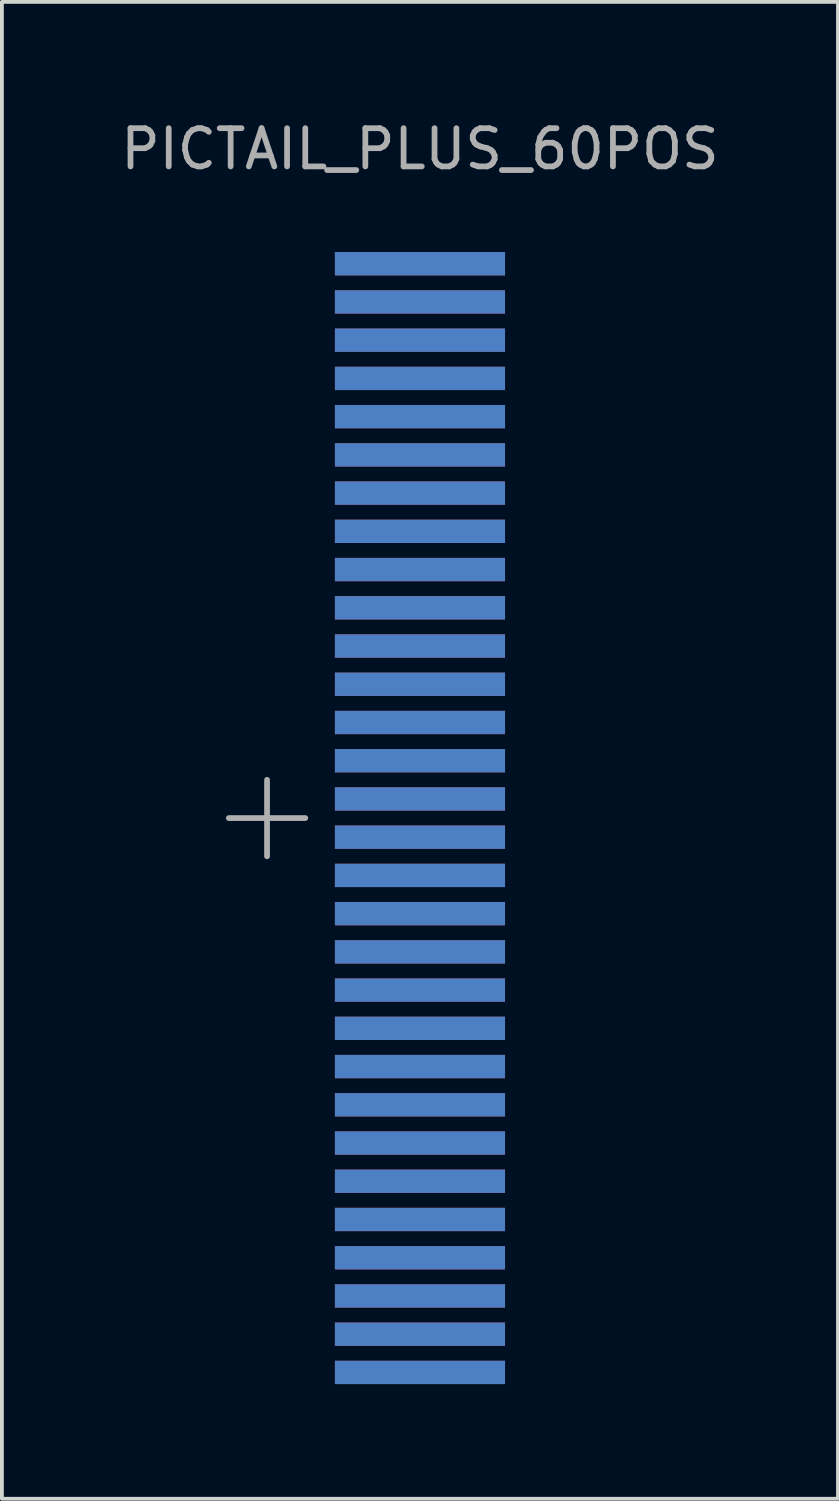
<source format=kicad_pcb>
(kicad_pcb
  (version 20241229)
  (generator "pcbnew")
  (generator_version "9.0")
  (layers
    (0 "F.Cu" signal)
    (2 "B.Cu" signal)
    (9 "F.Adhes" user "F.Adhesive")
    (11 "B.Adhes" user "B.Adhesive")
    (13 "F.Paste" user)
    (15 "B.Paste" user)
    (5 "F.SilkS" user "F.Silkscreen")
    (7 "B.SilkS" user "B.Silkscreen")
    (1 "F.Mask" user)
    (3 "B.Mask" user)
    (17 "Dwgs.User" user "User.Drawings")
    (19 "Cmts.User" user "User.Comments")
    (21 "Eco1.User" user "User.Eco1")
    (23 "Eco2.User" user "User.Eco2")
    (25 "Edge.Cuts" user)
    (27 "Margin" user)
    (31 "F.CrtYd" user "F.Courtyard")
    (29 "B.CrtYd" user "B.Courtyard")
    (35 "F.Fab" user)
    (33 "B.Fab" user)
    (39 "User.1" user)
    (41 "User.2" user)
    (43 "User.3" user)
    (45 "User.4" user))
  (footprint "PICTAIL_PLUS_60POS"
    (layer "F.Cu")
    (at 7.935 3.848)
    (property "Reference" "PICTAIL_PLUS_60POS" (at 0 -3 0) (layer "F.Fab") (effects (font (size 1 1) (thickness 0.15))))
    (attr through_hole)
    (fp_line (start -4 13.5) (end -4 15.5) (stroke (width 0.15) (type solid)) (layer "F.Fab"))
    (fp_line (start -3 14.5) (end -5 14.5) (stroke (width 0.15) (type solid)) (layer "F.Fab"))
    (pad "1" smd rect (at 0 0) (size 4.45 0.61) (layers "F.Cu" "F.Mask"))
    (pad "2" smd rect (at 0 0) (size 4.45 0.61) (layers "B.Cu" "B.Mask"))
    (pad "3" smd rect (at 0 1) (size 4.45 0.61) (layers "F.Cu" "F.Mask"))
    (pad "4" smd rect (at 0 1) (size 4.45 0.61) (layers "B.Cu" "B.Mask"))
    (pad "5" smd rect (at 0 2) (size 4.45 0.61) (layers "F.Cu" "F.Mask"))
    (pad "6" smd rect (at 0 2) (size 4.45 0.61) (layers "B.Cu" "B.Mask"))
    (pad "7" smd rect (at 0 3) (size 4.45 0.61) (layers "F.Cu" "F.Mask"))
    (pad "8" smd rect (at 0 3) (size 4.45 0.61) (layers "B.Cu" "B.Mask"))
    (pad "9" smd rect (at 0 4) (size 4.45 0.61) (layers "F.Cu" "F.Mask"))
    (pad "10" smd rect (at 0 4) (size 4.45 0.61) (layers "B.Cu" "B.Mask"))
    (pad "11" smd rect (at 0 5) (size 4.45 0.61) (layers "F.Cu" "F.Mask"))
    (pad "12" smd rect (at 0 5) (size 4.45 0.61) (layers "B.Cu" "B.Mask"))
    (pad "13" smd rect (at 0 6) (size 4.45 0.61) (layers "F.Cu" "F.Mask"))
    (pad "14" smd rect (at 0 6) (size 4.45 0.61) (layers "B.Cu" "B.Mask"))
    (pad "15" smd rect (at 0 7) (size 4.45 0.61) (layers "F.Cu" "F.Mask"))
    (pad "16" smd rect (at 0 7) (size 4.45 0.61) (layers "B.Cu" "B.Mask"))
    (pad "17" smd rect (at 0 8) (size 4.45 0.61) (layers "F.Cu" "F.Mask"))
    (pad "18" smd rect (at 0 8) (size 4.45 0.61) (layers "B.Cu" "B.Mask"))
    (pad "19" smd rect (at 0 9) (size 4.45 0.61) (layers "F.Cu" "F.Mask"))
    (pad "20" smd rect (at 0 9) (size 4.45 0.61) (layers "B.Cu" "B.Mask"))
    (pad "21" smd rect (at 0 10) (size 4.45 0.61) (layers "F.Cu" "F.Mask"))
    (pad "22" smd rect (at 0 10) (size 4.45 0.61) (layers "B.Cu" "B.Mask"))
    (pad "23" smd rect (at 0 11) (size 4.45 0.61) (layers "F.Cu" "F.Mask"))
    (pad "24" smd rect (at 0 11) (size 4.45 0.61) (layers "B.Cu" "B.Mask"))
    (pad "25" smd rect (at 0 12) (size 4.45 0.61) (layers "F.Cu" "F.Mask"))
    (pad "26" smd rect (at 0 12) (size 4.45 0.61) (layers "B.Cu" "B.Mask"))
    (pad "27" smd rect (at 0 13) (size 4.45 0.61) (layers "F.Cu" "F.Mask"))
    (pad "28" smd rect (at 0 13) (size 4.45 0.61) (layers "B.Cu" "B.Mask"))
    (pad "29" smd rect (at 0 14) (size 4.45 0.61) (layers "F.Cu" "F.Mask"))
    (pad "30" smd rect (at 0 14) (size 4.45 0.61) (layers "B.Cu" "B.Mask"))
    (pad "31" smd rect (at 0 15) (size 4.45 0.61) (layers "F.Cu" "F.Mask"))
    (pad "32" smd rect (at 0 15) (size 4.45 0.61) (layers "B.Cu" "B.Mask"))
    (pad "33" smd rect (at 0 16) (size 4.45 0.61) (layers "F.Cu" "F.Mask"))
    (pad "34" smd rect (at 0 16) (size 4.45 0.61) (layers "B.Cu" "B.Mask"))
    (pad "35" smd rect (at 0 17) (size 4.45 0.61) (layers "F.Cu" "F.Mask"))
    (pad "36" smd rect (at 0 17) (size 4.45 0.61) (layers "B.Cu" "B.Mask"))
    (pad "37" smd rect (at 0 18) (size 4.45 0.61) (layers "F.Cu" "F.Mask"))
    (pad "38" smd rect (at 0 18) (size 4.45 0.61) (layers "B.Cu" "B.Mask"))
    (pad "39" smd rect (at 0 19) (size 4.45 0.61) (layers "F.Cu" "F.Mask"))
    (pad "40" smd rect (at 0 19) (size 4.45 0.61) (layers "B.Cu" "B.Mask"))
    (pad "41" smd rect (at 0 20) (size 4.45 0.61) (layers "F.Cu" "F.Mask"))
    (pad "42" smd rect (at 0 20) (size 4.45 0.61) (layers "B.Cu" "B.Mask"))
    (pad "43" smd rect (at 0 21) (size 4.45 0.61) (layers "F.Cu" "F.Mask"))
    (pad "44" smd rect (at 0 21) (size 4.45 0.61) (layers "B.Cu" "B.Mask"))
    (pad "45" smd rect (at 0 22) (size 4.45 0.61) (layers "F.Cu" "F.Mask"))
    (pad "46" smd rect (at 0 22) (size 4.45 0.61) (layers "B.Cu" "B.Mask"))
    (pad "47" smd rect (at 0 23) (size 4.45 0.61) (layers "F.Cu" "F.Mask"))
    (pad "48" smd rect (at 0 23) (size 4.45 0.61) (layers "B.Cu" "B.Mask"))
    (pad "49" smd rect (at 0 24) (size 4.45 0.61) (layers "F.Cu" "F.Mask"))
    (pad "50" smd rect (at 0 24) (size 4.45 0.61) (layers "B.Cu" "B.Mask"))
    (pad "51" smd rect (at 0 25) (size 4.45 0.61) (layers "F.Cu" "F.Mask"))
    (pad "52" smd rect (at 0 25) (size 4.45 0.61) (layers "B.Cu" "B.Mask"))
    (pad "53" smd rect (at 0 26) (size 4.45 0.61) (layers "F.Cu" "F.Mask"))
    (pad "54" smd rect (at 0 26) (size 4.45 0.61) (layers "B.Cu" "B.Mask"))
    (pad "55" smd rect (at 0 27) (size 4.45 0.61) (layers "F.Cu" "F.Mask"))
    (pad "56" smd rect (at 0 27) (size 4.45 0.61) (layers "B.Cu" "B.Mask"))
    (pad "57" smd rect (at 0 28) (size 4.45 0.61) (layers "F.Cu" "F.Mask"))
    (pad "58" smd rect (at 0 28) (size 4.45 0.61) (layers "B.Cu" "B.Mask"))
    (pad "59" smd rect (at 0 29) (size 4.45 0.61) (layers "F.Cu" "F.Mask"))
    (pad "60" smd rect (at 0 29) (size 4.45 0.61) (layers "B.Cu" "B.Mask")))
  (gr_rect
    (start -3 -3)
    (end 18.869 36.153)
    (stroke (width 0.1) (type default))
    (fill no)
    (layer "Edge.Cuts")))
</source>
